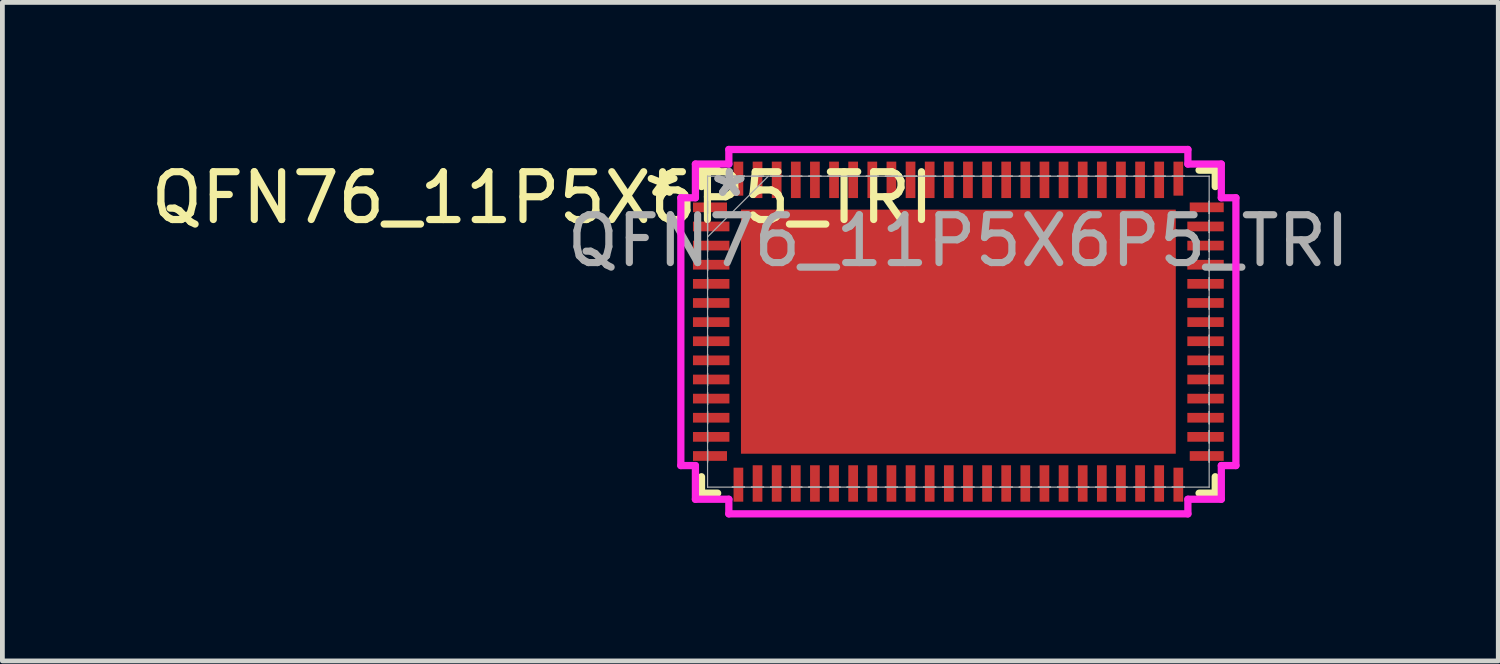
<source format=kicad_pcb>
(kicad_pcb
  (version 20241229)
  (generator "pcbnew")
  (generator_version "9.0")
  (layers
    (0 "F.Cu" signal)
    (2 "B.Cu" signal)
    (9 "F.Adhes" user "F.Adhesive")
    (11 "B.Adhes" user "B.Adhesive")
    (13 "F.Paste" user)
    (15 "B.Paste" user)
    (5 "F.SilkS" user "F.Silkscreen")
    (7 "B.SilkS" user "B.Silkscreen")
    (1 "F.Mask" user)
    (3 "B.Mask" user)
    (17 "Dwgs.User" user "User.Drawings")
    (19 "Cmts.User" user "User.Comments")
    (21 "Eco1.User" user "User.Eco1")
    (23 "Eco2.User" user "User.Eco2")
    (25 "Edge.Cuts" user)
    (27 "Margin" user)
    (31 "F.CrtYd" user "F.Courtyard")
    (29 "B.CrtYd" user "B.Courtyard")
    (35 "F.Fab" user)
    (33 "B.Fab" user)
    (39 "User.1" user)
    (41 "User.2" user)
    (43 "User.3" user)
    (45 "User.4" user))
  (footprint "QFN76_11P5X6P5_TRI"
    (layer "F.Cu")
    (at 16.992 3.886)
    (property "Reference" "QFN76_11P5X6P5_TRI" (at -8.7 -2.8 0) (unlocked yes) (layer "F.SilkS") (effects (font (size 1 1) (thickness 0.15))))
    (attr smd)
    (fp_line (start -5.372 -3.378) (end -5.372 -3.034) (stroke (width 0.152) (type solid)) (layer "F.SilkS"))
    (fp_line (start -5.372 3.034) (end -5.372 3.378) (stroke (width 0.152) (type solid)) (layer "F.SilkS"))
    (fp_line (start -5.372 3.378) (end -5.034 3.378) (stroke (width 0.152) (type solid)) (layer "F.SilkS"))
    (fp_line (start -5.034 -3.378) (end -5.372 -3.378) (stroke (width 0.152) (type solid)) (layer "F.SilkS"))
    (fp_line (start 5.034 3.378) (end 5.372 3.378) (stroke (width 0.152) (type solid)) (layer "F.SilkS"))
    (fp_line (start 5.372 -3.378) (end 5.034 -3.378) (stroke (width 0.152) (type solid)) (layer "F.SilkS"))
    (fp_line (start 5.372 -3.034) (end 5.372 -3.378) (stroke (width 0.152) (type solid)) (layer "F.SilkS"))
    (fp_line (start 5.372 3.378) (end 5.372 3.034) (stroke (width 0.152) (type solid)) (layer "F.SilkS"))
    (fp_poly (pts (xy -4.447 -2.453) (xy -4.447 -1.376) (xy -3.348 -1.376) (xy -3.348 -2.453)) (stroke (width 0) (type solid)) (fill yes) (layer "F.Paste"))
    (fp_poly (pts (xy -4.447 -1.176) (xy -4.447 -0.1) (xy -3.348 -0.1) (xy -3.348 -1.176)) (stroke (width 0) (type solid)) (fill yes) (layer "F.Paste"))
    (fp_poly (pts (xy -4.447 0.1) (xy -4.447 1.176) (xy -3.348 1.176) (xy -3.348 0.1)) (stroke (width 0) (type solid)) (fill yes) (layer "F.Paste"))
    (fp_poly (pts (xy -4.447 1.376) (xy -4.447 2.453) (xy -3.348 2.453) (xy -3.348 1.376)) (stroke (width 0) (type solid)) (fill yes) (layer "F.Paste"))
    (fp_poly (pts (xy -3.148 -2.453) (xy -3.148 -1.376) (xy -2.049 -1.376) (xy -2.049 -2.453)) (stroke (width 0) (type solid)) (fill yes) (layer "F.Paste"))
    (fp_poly (pts (xy -3.148 -1.176) (xy -3.148 -0.1) (xy -2.049 -0.1) (xy -2.049 -1.176)) (stroke (width 0) (type solid)) (fill yes) (layer "F.Paste"))
    (fp_poly (pts (xy -3.148 0.1) (xy -3.148 1.176) (xy -2.049 1.176) (xy -2.049 0.1)) (stroke (width 0) (type solid)) (fill yes) (layer "F.Paste"))
    (fp_poly (pts (xy -3.148 1.376) (xy -3.148 2.453) (xy -2.049 2.453) (xy -2.049 1.376)) (stroke (width 0) (type solid)) (fill yes) (layer "F.Paste"))
    (fp_poly (pts (xy -1.849 -2.453) (xy -1.849 -1.376) (xy -0.75 -1.376) (xy -0.75 -2.453)) (stroke (width 0) (type solid)) (fill yes) (layer "F.Paste"))
    (fp_poly (pts (xy -1.849 -1.176) (xy -1.849 -0.1) (xy -0.75 -0.1) (xy -0.75 -1.176)) (stroke (width 0) (type solid)) (fill yes) (layer "F.Paste"))
    (fp_poly (pts (xy -1.849 0.1) (xy -1.849 1.176) (xy -0.75 1.176) (xy -0.75 0.1)) (stroke (width 0) (type solid)) (fill yes) (layer "F.Paste"))
    (fp_poly (pts (xy -1.849 1.376) (xy -1.849 2.453) (xy -0.75 2.453) (xy -0.75 1.376)) (stroke (width 0) (type solid)) (fill yes) (layer "F.Paste"))
    (fp_poly (pts (xy -0.55 -2.453) (xy -0.55 -1.376) (xy 0.55 -1.376) (xy 0.55 -2.453)) (stroke (width 0) (type solid)) (fill yes) (layer "F.Paste"))
    (fp_poly (pts (xy -0.55 -1.176) (xy -0.55 -0.1) (xy 0.55 -0.1) (xy 0.55 -1.176)) (stroke (width 0) (type solid)) (fill yes) (layer "F.Paste"))
    (fp_poly (pts (xy -0.55 0.1) (xy -0.55 1.176) (xy 0.55 1.176) (xy 0.55 0.1)) (stroke (width 0) (type solid)) (fill yes) (layer "F.Paste"))
    (fp_poly (pts (xy -0.55 1.376) (xy -0.55 2.453) (xy 0.55 2.453) (xy 0.55 1.376)) (stroke (width 0) (type solid)) (fill yes) (layer "F.Paste"))
    (fp_poly (pts (xy 0.75 -2.453) (xy 0.75 -1.376) (xy 1.849 -1.376) (xy 1.849 -2.453)) (stroke (width 0) (type solid)) (fill yes) (layer "F.Paste"))
    (fp_poly (pts (xy 0.75 -1.176) (xy 0.75 -0.1) (xy 1.849 -0.1) (xy 1.849 -1.176)) (stroke (width 0) (type solid)) (fill yes) (layer "F.Paste"))
    (fp_poly (pts (xy 0.75 0.1) (xy 0.75 1.176) (xy 1.849 1.176) (xy 1.849 0.1)) (stroke (width 0) (type solid)) (fill yes) (layer "F.Paste"))
    (fp_poly (pts (xy 0.75 1.376) (xy 0.75 2.453) (xy 1.849 2.453) (xy 1.849 1.376)) (stroke (width 0) (type solid)) (fill yes) (layer "F.Paste"))
    (fp_poly (pts (xy 2.049 -2.453) (xy 2.049 -1.376) (xy 3.148 -1.376) (xy 3.148 -2.453)) (stroke (width 0) (type solid)) (fill yes) (layer "F.Paste"))
    (fp_poly (pts (xy 2.049 -1.176) (xy 2.049 -0.1) (xy 3.148 -0.1) (xy 3.148 -1.176)) (stroke (width 0) (type solid)) (fill yes) (layer "F.Paste"))
    (fp_poly (pts (xy 2.049 0.1) (xy 2.049 1.176) (xy 3.148 1.176) (xy 3.148 0.1)) (stroke (width 0) (type solid)) (fill yes) (layer "F.Paste"))
    (fp_poly (pts (xy 2.049 1.376) (xy 2.049 2.453) (xy 3.148 2.453) (xy 3.148 1.376)) (stroke (width 0) (type solid)) (fill yes) (layer "F.Paste"))
    (fp_poly (pts (xy 3.348 -2.453) (xy 3.348 -1.376) (xy 4.447 -1.376) (xy 4.447 -2.453)) (stroke (width 0) (type solid)) (fill yes) (layer "F.Paste"))
    (fp_poly (pts (xy 3.348 -1.176) (xy 3.348 -0.1) (xy 4.447 -0.1) (xy 4.447 -1.176)) (stroke (width 0) (type solid)) (fill yes) (layer "F.Paste"))
    (fp_poly (pts (xy 3.348 0.1) (xy 3.348 1.176) (xy 4.447 1.176) (xy 4.447 0.1)) (stroke (width 0) (type solid)) (fill yes) (layer "F.Paste"))
    (fp_poly (pts (xy 3.348 1.376) (xy 3.348 2.453) (xy 4.447 2.453) (xy 4.447 1.376)) (stroke (width 0) (type solid)) (fill yes) (layer "F.Paste"))
    (fp_line (start -5.804 -2.8) (end -5.499 -2.8) (stroke (width 0.152) (type solid)) (layer "F.CrtYd"))
    (fp_line (start -5.804 2.8) (end -5.804 -2.8) (stroke (width 0.152) (type solid)) (layer "F.CrtYd"))
    (fp_line (start -5.499 -3.505) (end -4.8 -3.505) (stroke (width 0.152) (type solid)) (layer "F.CrtYd"))
    (fp_line (start -5.499 -2.8) (end -5.499 -3.505) (stroke (width 0.152) (type solid)) (layer "F.CrtYd"))
    (fp_line (start -5.499 2.8) (end -5.804 2.8) (stroke (width 0.152) (type solid)) (layer "F.CrtYd"))
    (fp_line (start -5.499 3.505) (end -5.499 2.8) (stroke (width 0.152) (type solid)) (layer "F.CrtYd"))
    (fp_line (start -4.8 -3.81) (end 4.8 -3.81) (stroke (width 0.152) (type solid)) (layer "F.CrtYd"))
    (fp_line (start -4.8 -3.505) (end -4.8 -3.81) (stroke (width 0.152) (type solid)) (layer "F.CrtYd"))
    (fp_line (start -4.8 3.505) (end -5.499 3.505) (stroke (width 0.152) (type solid)) (layer "F.CrtYd"))
    (fp_line (start -4.8 3.81) (end -4.8 3.505) (stroke (width 0.152) (type solid)) (layer "F.CrtYd"))
    (fp_line (start 4.8 -3.81) (end 4.8 -3.505) (stroke (width 0.152) (type solid)) (layer "F.CrtYd"))
    (fp_line (start 4.8 -3.505) (end 5.499 -3.505) (stroke (width 0.152) (type solid)) (layer "F.CrtYd"))
    (fp_line (start 4.8 3.505) (end 4.8 3.81) (stroke (width 0.152) (type solid)) (layer "F.CrtYd"))
    (fp_line (start 4.8 3.81) (end -4.8 3.81) (stroke (width 0.152) (type solid)) (layer "F.CrtYd"))
    (fp_line (start 5.499 -3.505) (end 5.499 -2.8) (stroke (width 0.152) (type solid)) (layer "F.CrtYd"))
    (fp_line (start 5.499 -2.8) (end 5.804 -2.8) (stroke (width 0.152) (type solid)) (layer "F.CrtYd"))
    (fp_line (start 5.499 2.8) (end 5.499 3.505) (stroke (width 0.152) (type solid)) (layer "F.CrtYd"))
    (fp_line (start 5.499 3.505) (end 4.8 3.505) (stroke (width 0.152) (type solid)) (layer "F.CrtYd"))
    (fp_line (start 5.804 -2.8) (end 5.804 2.8) (stroke (width 0.152) (type solid)) (layer "F.CrtYd"))
    (fp_line (start 5.804 2.8) (end 5.499 2.8) (stroke (width 0.152) (type solid)) (layer "F.CrtYd"))
    (fp_line (start -5.245 -3.251) (end -5.245 -3.251) (stroke (width 0.025) (type solid)) (layer "F.Fab"))
    (fp_line (start -5.245 -3.251) (end -5.245 3.251) (stroke (width 0.025) (type solid)) (layer "F.Fab"))
    (fp_line (start -5.245 -2.727) (end -5.245 -2.727) (stroke (width 0.025) (type solid)) (layer "F.Fab"))
    (fp_line (start -5.245 -2.727) (end -5.245 -2.473) (stroke (width 0.025) (type solid)) (layer "F.Fab"))
    (fp_line (start -5.245 -2.473) (end -5.245 -2.727) (stroke (width 0.025) (type solid)) (layer "F.Fab"))
    (fp_line (start -5.245 -2.473) (end -5.245 -2.473) (stroke (width 0.025) (type solid)) (layer "F.Fab"))
    (fp_line (start -5.245 -2.327) (end -5.245 -2.327) (stroke (width 0.025) (type solid)) (layer "F.Fab"))
    (fp_line (start -5.245 -2.327) (end -5.245 -2.073) (stroke (width 0.025) (type solid)) (layer "F.Fab"))
    (fp_line (start -5.245 -2.073) (end -5.245 -2.327) (stroke (width 0.025) (type solid)) (layer "F.Fab"))
    (fp_line (start -5.245 -2.073) (end -5.245 -2.073) (stroke (width 0.025) (type solid)) (layer "F.Fab"))
    (fp_line (start -5.245 -1.981) (end -3.975 -3.251) (stroke (width 0.025) (type solid)) (layer "F.Fab"))
    (fp_line (start -5.245 -1.927) (end -5.245 -1.927) (stroke (width 0.025) (type solid)) (layer "F.Fab"))
    (fp_line (start -5.245 -1.927) (end -5.245 -1.673) (stroke (width 0.025) (type solid)) (layer "F.Fab"))
    (fp_line (start -5.245 -1.673) (end -5.245 -1.927) (stroke (width 0.025) (type solid)) (layer "F.Fab"))
    (fp_line (start -5.245 -1.673) (end -5.245 -1.673) (stroke (width 0.025) (type solid)) (layer "F.Fab"))
    (fp_line (start -5.245 -1.527) (end -5.245 -1.527) (stroke (width 0.025) (type solid)) (layer "F.Fab"))
    (fp_line (start -5.245 -1.527) (end -5.245 -1.273) (stroke (width 0.025) (type solid)) (layer "F.Fab"))
    (fp_line (start -5.245 -1.273) (end -5.245 -1.527) (stroke (width 0.025) (type solid)) (layer "F.Fab"))
    (fp_line (start -5.245 -1.273) (end -5.245 -1.273) (stroke (width 0.025) (type solid)) (layer "F.Fab"))
    (fp_line (start -5.245 -1.127) (end -5.245 -1.127) (stroke (width 0.025) (type solid)) (layer "F.Fab"))
    (fp_line (start -5.245 -1.127) (end -5.245 -0.873) (stroke (width 0.025) (type solid)) (layer "F.Fab"))
    (fp_line (start -5.245 -0.873) (end -5.245 -1.127) (stroke (width 0.025) (type solid)) (layer "F.Fab"))
    (fp_line (start -5.245 -0.873) (end -5.245 -0.873) (stroke (width 0.025) (type solid)) (layer "F.Fab"))
    (fp_line (start -5.245 -0.727) (end -5.245 -0.727) (stroke (width 0.025) (type solid)) (layer "F.Fab"))
    (fp_line (start -5.245 -0.727) (end -5.245 -0.473) (stroke (width 0.025) (type solid)) (layer "F.Fab"))
    (fp_line (start -5.245 -0.473) (end -5.245 -0.727) (stroke (width 0.025) (type solid)) (layer "F.Fab"))
    (fp_line (start -5.245 -0.473) (end -5.245 -0.473) (stroke (width 0.025) (type solid)) (layer "F.Fab"))
    (fp_line (start -5.245 -0.327) (end -5.245 -0.327) (stroke (width 0.025) (type solid)) (layer "F.Fab"))
    (fp_line (start -5.245 -0.327) (end -5.245 -0.073) (stroke (width 0.025) (type solid)) (layer "F.Fab"))
    (fp_line (start -5.245 -0.073) (end -5.245 -0.327) (stroke (width 0.025) (type solid)) (layer "F.Fab"))
    (fp_line (start -5.245 -0.073) (end -5.245 -0.073) (stroke (width 0.025) (type solid)) (layer "F.Fab"))
    (fp_line (start -5.245 0.073) (end -5.245 0.073) (stroke (width 0.025) (type solid)) (layer "F.Fab"))
    (fp_line (start -5.245 0.073) (end -5.245 0.327) (stroke (width 0.025) (type solid)) (layer "F.Fab"))
    (fp_line (start -5.245 0.327) (end -5.245 0.073) (stroke (width 0.025) (type solid)) (layer "F.Fab"))
    (fp_line (start -5.245 0.327) (end -5.245 0.327) (stroke (width 0.025) (type solid)) (layer "F.Fab"))
    (fp_line (start -5.245 0.473) (end -5.245 0.473) (stroke (width 0.025) (type solid)) (layer "F.Fab"))
    (fp_line (start -5.245 0.473) (end -5.245 0.727) (stroke (width 0.025) (type solid)) (layer "F.Fab"))
    (fp_line (start -5.245 0.727) (end -5.245 0.473) (stroke (width 0.025) (type solid)) (layer "F.Fab"))
    (fp_line (start -5.245 0.727) (end -5.245 0.727) (stroke (width 0.025) (type solid)) (layer "F.Fab"))
    (fp_line (start -5.245 0.873) (end -5.245 0.873) (stroke (width 0.025) (type solid)) (layer "F.Fab"))
    (fp_line (start -5.245 0.873) (end -5.245 1.127) (stroke (width 0.025) (type solid)) (layer "F.Fab"))
    (fp_line (start -5.245 1.127) (end -5.245 0.873) (stroke (width 0.025) (type solid)) (layer "F.Fab"))
    (fp_line (start -5.245 1.127) (end -5.245 1.127) (stroke (width 0.025) (type solid)) (layer "F.Fab"))
    (fp_line (start -5.245 1.273) (end -5.245 1.273) (stroke (width 0.025) (type solid)) (layer "F.Fab"))
    (fp_line (start -5.245 1.273) (end -5.245 1.527) (stroke (width 0.025) (type solid)) (layer "F.Fab"))
    (fp_line (start -5.245 1.527) (end -5.245 1.273) (stroke (width 0.025) (type solid)) (layer "F.Fab"))
    (fp_line (start -5.245 1.527) (end -5.245 1.527) (stroke (width 0.025) (type solid)) (layer "F.Fab"))
    (fp_line (start -5.245 1.673) (end -5.245 1.673) (stroke (width 0.025) (type solid)) (layer "F.Fab"))
    (fp_line (start -5.245 1.673) (end -5.245 1.927) (stroke (width 0.025) (type solid)) (layer "F.Fab"))
    (fp_line (start -5.245 1.927) (end -5.245 1.673) (stroke (width 0.025) (type solid)) (layer "F.Fab"))
    (fp_line (start -5.245 1.927) (end -5.245 1.927) (stroke (width 0.025) (type solid)) (layer "F.Fab"))
    (fp_line (start -5.245 2.073) (end -5.245 2.073) (stroke (width 0.025) (type solid)) (layer "F.Fab"))
    (fp_line (start -5.245 2.073) (end -5.245 2.327) (stroke (width 0.025) (type solid)) (layer "F.Fab"))
    (fp_line (start -5.245 2.327) (end -5.245 2.073) (stroke (width 0.025) (type solid)) (layer "F.Fab"))
    (fp_line (start -5.245 2.327) (end -5.245 2.327) (stroke (width 0.025) (type solid)) (layer "F.Fab"))
    (fp_line (start -5.245 2.473) (end -5.245 2.473) (stroke (width 0.025) (type solid)) (layer "F.Fab"))
    (fp_line (start -5.245 2.473) (end -5.245 2.727) (stroke (width 0.025) (type solid)) (layer "F.Fab"))
    (fp_line (start -5.245 2.727) (end -5.245 2.473) (stroke (width 0.025) (type solid)) (layer "F.Fab"))
    (fp_line (start -5.245 2.727) (end -5.245 2.727) (stroke (width 0.025) (type solid)) (layer "F.Fab"))
    (fp_line (start -5.245 3.251) (end -5.245 3.251) (stroke (width 0.025) (type solid)) (layer "F.Fab"))
    (fp_line (start -5.245 3.251) (end 5.245 3.251) (stroke (width 0.025) (type solid)) (layer "F.Fab"))
    (fp_line (start -4.727 -3.251) (end -4.727 -3.251) (stroke (width 0.025) (type solid)) (layer "F.Fab"))
    (fp_line (start -4.727 -3.251) (end -4.473 -3.251) (stroke (width 0.025) (type solid)) (layer "F.Fab"))
    (fp_line (start -4.727 3.251) (end -4.727 3.251) (stroke (width 0.025) (type solid)) (layer "F.Fab"))
    (fp_line (start -4.727 3.251) (end -4.473 3.251) (stroke (width 0.025) (type solid)) (layer "F.Fab"))
    (fp_line (start -4.473 -3.251) (end -4.727 -3.251) (stroke (width 0.025) (type solid)) (layer "F.Fab"))
    (fp_line (start -4.473 -3.251) (end -4.473 -3.251) (stroke (width 0.025) (type solid)) (layer "F.Fab"))
    (fp_line (start -4.473 3.251) (end -4.727 3.251) (stroke (width 0.025) (type solid)) (layer "F.Fab"))
    (fp_line (start -4.473 3.251) (end -4.473 3.251) (stroke (width 0.025) (type solid)) (layer "F.Fab"))
    (fp_line (start -4.327 -3.251) (end -4.327 -3.251) (stroke (width 0.025) (type solid)) (layer "F.Fab"))
    (fp_line (start -4.327 -3.251) (end -4.073 -3.251) (stroke (width 0.025) (type solid)) (layer "F.Fab"))
    (fp_line (start -4.327 3.251) (end -4.327 3.251) (stroke (width 0.025) (type solid)) (layer "F.Fab"))
    (fp_line (start -4.327 3.251) (end -4.073 3.251) (stroke (width 0.025) (type solid)) (layer "F.Fab"))
    (fp_line (start -4.073 -3.251) (end -4.327 -3.251) (stroke (width 0.025) (type solid)) (layer "F.Fab"))
    (fp_line (start -4.073 -3.251) (end -4.073 -3.251) (stroke (width 0.025) (type solid)) (layer "F.Fab"))
    (fp_line (start -4.073 3.251) (end -4.327 3.251) (stroke (width 0.025) (type solid)) (layer "F.Fab"))
    (fp_line (start -4.073 3.251) (end -4.073 3.251) (stroke (width 0.025) (type solid)) (layer "F.Fab"))
    (fp_line (start -3.927 -3.251) (end -3.927 -3.251) (stroke (width 0.025) (type solid)) (layer "F.Fab"))
    (fp_line (start -3.927 -3.251) (end -3.673 -3.251) (stroke (width 0.025) (type solid)) (layer "F.Fab"))
    (fp_line (start -3.927 3.251) (end -3.927 3.251) (stroke (width 0.025) (type solid)) (layer "F.Fab"))
    (fp_line (start -3.927 3.251) (end -3.673 3.251) (stroke (width 0.025) (type solid)) (layer "F.Fab"))
    (fp_line (start -3.673 -3.251) (end -3.927 -3.251) (stroke (width 0.025) (type solid)) (layer "F.Fab"))
    (fp_line (start -3.673 -3.251) (end -3.673 -3.251) (stroke (width 0.025) (type solid)) (layer "F.Fab"))
    (fp_line (start -3.673 3.251) (end -3.927 3.251) (stroke (width 0.025) (type solid)) (layer "F.Fab"))
    (fp_line (start -3.673 3.251) (end -3.673 3.251) (stroke (width 0.025) (type solid)) (layer "F.Fab"))
    (fp_line (start -3.527 -3.251) (end -3.527 -3.251) (stroke (width 0.025) (type solid)) (layer "F.Fab"))
    (fp_line (start -3.527 -3.251) (end -3.273 -3.251) (stroke (width 0.025) (type solid)) (layer "F.Fab"))
    (fp_line (start -3.527 3.251) (end -3.527 3.251) (stroke (width 0.025) (type solid)) (layer "F.Fab"))
    (fp_line (start -3.527 3.251) (end -3.273 3.251) (stroke (width 0.025) (type solid)) (layer "F.Fab"))
    (fp_line (start -3.273 -3.251) (end -3.527 -3.251) (stroke (width 0.025) (type solid)) (layer "F.Fab"))
    (fp_line (start -3.273 -3.251) (end -3.273 -3.251) (stroke (width 0.025) (type solid)) (layer "F.Fab"))
    (fp_line (start -3.273 3.251) (end -3.527 3.251) (stroke (width 0.025) (type solid)) (layer "F.Fab"))
    (fp_line (start -3.273 3.251) (end -3.273 3.251) (stroke (width 0.025) (type solid)) (layer "F.Fab"))
    (fp_line (start -3.127 -3.251) (end -3.127 -3.251) (stroke (width 0.025) (type solid)) (layer "F.Fab"))
    (fp_line (start -3.127 -3.251) (end -2.873 -3.251) (stroke (width 0.025) (type solid)) (layer "F.Fab"))
    (fp_line (start -3.127 3.251) (end -3.127 3.251) (stroke (width 0.025) (type solid)) (layer "F.Fab"))
    (fp_line (start -3.127 3.251) (end -2.873 3.251) (stroke (width 0.025) (type solid)) (layer "F.Fab"))
    (fp_line (start -2.873 -3.251) (end -3.127 -3.251) (stroke (width 0.025) (type solid)) (layer "F.Fab"))
    (fp_line (start -2.873 -3.251) (end -2.873 -3.251) (stroke (width 0.025) (type solid)) (layer "F.Fab"))
    (fp_line (start -2.873 3.251) (end -3.127 3.251) (stroke (width 0.025) (type solid)) (layer "F.Fab"))
    (fp_line (start -2.873 3.251) (end -2.873 3.251) (stroke (width 0.025) (type solid)) (layer "F.Fab"))
    (fp_line (start -2.727 -3.251) (end -2.727 -3.251) (stroke (width 0.025) (type solid)) (layer "F.Fab"))
    (fp_line (start -2.727 -3.251) (end -2.473 -3.251) (stroke (width 0.025) (type solid)) (layer "F.Fab"))
    (fp_line (start -2.727 3.251) (end -2.727 3.251) (stroke (width 0.025) (type solid)) (layer "F.Fab"))
    (fp_line (start -2.727 3.251) (end -2.473 3.251) (stroke (width 0.025) (type solid)) (layer "F.Fab"))
    (fp_line (start -2.473 -3.251) (end -2.727 -3.251) (stroke (width 0.025) (type solid)) (layer "F.Fab"))
    (fp_line (start -2.473 -3.251) (end -2.473 -3.251) (stroke (width 0.025) (type solid)) (layer "F.Fab"))
    (fp_line (start -2.473 3.251) (end -2.727 3.251) (stroke (width 0.025) (type solid)) (layer "F.Fab"))
    (fp_line (start -2.473 3.251) (end -2.473 3.251) (stroke (width 0.025) (type solid)) (layer "F.Fab"))
    (fp_line (start -2.327 -3.251) (end -2.327 -3.251) (stroke (width 0.025) (type solid)) (layer "F.Fab"))
    (fp_line (start -2.327 -3.251) (end -2.073 -3.251) (stroke (width 0.025) (type solid)) (layer "F.Fab"))
    (fp_line (start -2.327 3.251) (end -2.327 3.251) (stroke (width 0.025) (type solid)) (layer "F.Fab"))
    (fp_line (start -2.327 3.251) (end -2.073 3.251) (stroke (width 0.025) (type solid)) (layer "F.Fab"))
    (fp_line (start -2.073 -3.251) (end -2.327 -3.251) (stroke (width 0.025) (type solid)) (layer "F.Fab"))
    (fp_line (start -2.073 -3.251) (end -2.073 -3.251) (stroke (width 0.025) (type solid)) (layer "F.Fab"))
    (fp_line (start -2.073 3.251) (end -2.327 3.251) (stroke (width 0.025) (type solid)) (layer "F.Fab"))
    (fp_line (start -2.073 3.251) (end -2.073 3.251) (stroke (width 0.025) (type solid)) (layer "F.Fab"))
    (fp_line (start -1.927 -3.251) (end -1.927 -3.251) (stroke (width 0.025) (type solid)) (layer "F.Fab"))
    (fp_line (start -1.927 -3.251) (end -1.673 -3.251) (stroke (width 0.025) (type solid)) (layer "F.Fab"))
    (fp_line (start -1.927 3.251) (end -1.927 3.251) (stroke (width 0.025) (type solid)) (layer "F.Fab"))
    (fp_line (start -1.927 3.251) (end -1.673 3.251) (stroke (width 0.025) (type solid)) (layer "F.Fab"))
    (fp_line (start -1.673 -3.251) (end -1.927 -3.251) (stroke (width 0.025) (type solid)) (layer "F.Fab"))
    (fp_line (start -1.673 -3.251) (end -1.673 -3.251) (stroke (width 0.025) (type solid)) (layer "F.Fab"))
    (fp_line (start -1.673 3.251) (end -1.927 3.251) (stroke (width 0.025) (type solid)) (layer "F.Fab"))
    (fp_line (start -1.673 3.251) (end -1.673 3.251) (stroke (width 0.025) (type solid)) (layer "F.Fab"))
    (fp_line (start -1.527 -3.251) (end -1.527 -3.251) (stroke (width 0.025) (type solid)) (layer "F.Fab"))
    (fp_line (start -1.527 -3.251) (end -1.273 -3.251) (stroke (width 0.025) (type solid)) (layer "F.Fab"))
    (fp_line (start -1.527 3.251) (end -1.527 3.251) (stroke (width 0.025) (type solid)) (layer "F.Fab"))
    (fp_line (start -1.527 3.251) (end -1.273 3.251) (stroke (width 0.025) (type solid)) (layer "F.Fab"))
    (fp_line (start -1.273 -3.251) (end -1.527 -3.251) (stroke (width 0.025) (type solid)) (layer "F.Fab"))
    (fp_line (start -1.273 -3.251) (end -1.273 -3.251) (stroke (width 0.025) (type solid)) (layer "F.Fab"))
    (fp_line (start -1.273 3.251) (end -1.527 3.251) (stroke (width 0.025) (type solid)) (layer "F.Fab"))
    (fp_line (start -1.273 3.251) (end -1.273 3.251) (stroke (width 0.025) (type solid)) (layer "F.Fab"))
    (fp_line (start -1.127 -3.251) (end -1.127 -3.251) (stroke (width 0.025) (type solid)) (layer "F.Fab"))
    (fp_line (start -1.127 -3.251) (end -0.873 -3.251) (stroke (width 0.025) (type solid)) (layer "F.Fab"))
    (fp_line (start -1.127 3.251) (end -1.127 3.251) (stroke (width 0.025) (type solid)) (layer "F.Fab"))
    (fp_line (start -1.127 3.251) (end -0.873 3.251) (stroke (width 0.025) (type solid)) (layer "F.Fab"))
    (fp_line (start -0.873 -3.251) (end -1.127 -3.251) (stroke (width 0.025) (type solid)) (layer "F.Fab"))
    (fp_line (start -0.873 -3.251) (end -0.873 -3.251) (stroke (width 0.025) (type solid)) (layer "F.Fab"))
    (fp_line (start -0.873 3.251) (end -1.127 3.251) (stroke (width 0.025) (type solid)) (layer "F.Fab"))
    (fp_line (start -0.873 3.251) (end -0.873 3.251) (stroke (width 0.025) (type solid)) (layer "F.Fab"))
    (fp_line (start -0.727 -3.251) (end -0.727 -3.251) (stroke (width 0.025) (type solid)) (layer "F.Fab"))
    (fp_line (start -0.727 -3.251) (end -0.473 -3.251) (stroke (width 0.025) (type solid)) (layer "F.Fab"))
    (fp_line (start -0.727 3.251) (end -0.727 3.251) (stroke (width 0.025) (type solid)) (layer "F.Fab"))
    (fp_line (start -0.727 3.251) (end -0.473 3.251) (stroke (width 0.025) (type solid)) (layer "F.Fab"))
    (fp_line (start -0.473 -3.251) (end -0.727 -3.251) (stroke (width 0.025) (type solid)) (layer "F.Fab"))
    (fp_line (start -0.473 -3.251) (end -0.473 -3.251) (stroke (width 0.025) (type solid)) (layer "F.Fab"))
    (fp_line (start -0.473 3.251) (end -0.727 3.251) (stroke (width 0.025) (type solid)) (layer "F.Fab"))
    (fp_line (start -0.473 3.251) (end -0.473 3.251) (stroke (width 0.025) (type solid)) (layer "F.Fab"))
    (fp_line (start -0.327 -3.251) (end -0.327 -3.251) (stroke (width 0.025) (type solid)) (layer "F.Fab"))
    (fp_line (start -0.327 -3.251) (end -0.073 -3.251) (stroke (width 0.025) (type solid)) (layer "F.Fab"))
    (fp_line (start -0.327 3.251) (end -0.327 3.251) (stroke (width 0.025) (type solid)) (layer "F.Fab"))
    (fp_line (start -0.327 3.251) (end -0.073 3.251) (stroke (width 0.025) (type solid)) (layer "F.Fab"))
    (fp_line (start -0.073 -3.251) (end -0.327 -3.251) (stroke (width 0.025) (type solid)) (layer "F.Fab"))
    (fp_line (start -0.073 -3.251) (end -0.073 -3.251) (stroke (width 0.025) (type solid)) (layer "F.Fab"))
    (fp_line (start -0.073 3.251) (end -0.327 3.251) (stroke (width 0.025) (type solid)) (layer "F.Fab"))
    (fp_line (start -0.073 3.251) (end -0.073 3.251) (stroke (width 0.025) (type solid)) (layer "F.Fab"))
    (fp_line (start 0.073 -3.251) (end 0.073 -3.251) (stroke (width 0.025) (type solid)) (layer "F.Fab"))
    (fp_line (start 0.073 -3.251) (end 0.327 -3.251) (stroke (width 0.025) (type solid)) (layer "F.Fab"))
    (fp_line (start 0.073 3.251) (end 0.073 3.251) (stroke (width 0.025) (type solid)) (layer "F.Fab"))
    (fp_line (start 0.073 3.251) (end 0.327 3.251) (stroke (width 0.025) (type solid)) (layer "F.Fab"))
    (fp_line (start 0.327 -3.251) (end 0.073 -3.251) (stroke (width 0.025) (type solid)) (layer "F.Fab"))
    (fp_line (start 0.327 -3.251) (end 0.327 -3.251) (stroke (width 0.025) (type solid)) (layer "F.Fab"))
    (fp_line (start 0.327 3.251) (end 0.073 3.251) (stroke (width 0.025) (type solid)) (layer "F.Fab"))
    (fp_line (start 0.327 3.251) (end 0.327 3.251) (stroke (width 0.025) (type solid)) (layer "F.Fab"))
    (fp_line (start 0.473 -3.251) (end 0.473 -3.251) (stroke (width 0.025) (type solid)) (layer "F.Fab"))
    (fp_line (start 0.473 -3.251) (end 0.727 -3.251) (stroke (width 0.025) (type solid)) (layer "F.Fab"))
    (fp_line (start 0.473 3.251) (end 0.473 3.251) (stroke (width 0.025) (type solid)) (layer "F.Fab"))
    (fp_line (start 0.473 3.251) (end 0.727 3.251) (stroke (width 0.025) (type solid)) (layer "F.Fab"))
    (fp_line (start 0.727 -3.251) (end 0.473 -3.251) (stroke (width 0.025) (type solid)) (layer "F.Fab"))
    (fp_line (start 0.727 -3.251) (end 0.727 -3.251) (stroke (width 0.025) (type solid)) (layer "F.Fab"))
    (fp_line (start 0.727 3.251) (end 0.473 3.251) (stroke (width 0.025) (type solid)) (layer "F.Fab"))
    (fp_line (start 0.727 3.251) (end 0.727 3.251) (stroke (width 0.025) (type solid)) (layer "F.Fab"))
    (fp_line (start 0.873 -3.251) (end 0.873 -3.251) (stroke (width 0.025) (type solid)) (layer "F.Fab"))
    (fp_line (start 0.873 -3.251) (end 1.127 -3.251) (stroke (width 0.025) (type solid)) (layer "F.Fab"))
    (fp_line (start 0.873 3.251) (end 0.873 3.251) (stroke (width 0.025) (type solid)) (layer "F.Fab"))
    (fp_line (start 0.873 3.251) (end 1.127 3.251) (stroke (width 0.025) (type solid)) (layer "F.Fab"))
    (fp_line (start 1.127 -3.251) (end 0.873 -3.251) (stroke (width 0.025) (type solid)) (layer "F.Fab"))
    (fp_line (start 1.127 -3.251) (end 1.127 -3.251) (stroke (width 0.025) (type solid)) (layer "F.Fab"))
    (fp_line (start 1.127 3.251) (end 0.873 3.251) (stroke (width 0.025) (type solid)) (layer "F.Fab"))
    (fp_line (start 1.127 3.251) (end 1.127 3.251) (stroke (width 0.025) (type solid)) (layer "F.Fab"))
    (fp_line (start 1.273 -3.251) (end 1.273 -3.251) (stroke (width 0.025) (type solid)) (layer "F.Fab"))
    (fp_line (start 1.273 -3.251) (end 1.527 -3.251) (stroke (width 0.025) (type solid)) (layer "F.Fab"))
    (fp_line (start 1.273 3.251) (end 1.273 3.251) (stroke (width 0.025) (type solid)) (layer "F.Fab"))
    (fp_line (start 1.273 3.251) (end 1.527 3.251) (stroke (width 0.025) (type solid)) (layer "F.Fab"))
    (fp_line (start 1.527 -3.251) (end 1.273 -3.251) (stroke (width 0.025) (type solid)) (layer "F.Fab"))
    (fp_line (start 1.527 -3.251) (end 1.527 -3.251) (stroke (width 0.025) (type solid)) (layer "F.Fab"))
    (fp_line (start 1.527 3.251) (end 1.273 3.251) (stroke (width 0.025) (type solid)) (layer "F.Fab"))
    (fp_line (start 1.527 3.251) (end 1.527 3.251) (stroke (width 0.025) (type solid)) (layer "F.Fab"))
    (fp_line (start 1.673 -3.251) (end 1.673 -3.251) (stroke (width 0.025) (type solid)) (layer "F.Fab"))
    (fp_line (start 1.673 -3.251) (end 1.927 -3.251) (stroke (width 0.025) (type solid)) (layer "F.Fab"))
    (fp_line (start 1.673 3.251) (end 1.673 3.251) (stroke (width 0.025) (type solid)) (layer "F.Fab"))
    (fp_line (start 1.673 3.251) (end 1.927 3.251) (stroke (width 0.025) (type solid)) (layer "F.Fab"))
    (fp_line (start 1.927 -3.251) (end 1.673 -3.251) (stroke (width 0.025) (type solid)) (layer "F.Fab"))
    (fp_line (start 1.927 -3.251) (end 1.927 -3.251) (stroke (width 0.025) (type solid)) (layer "F.Fab"))
    (fp_line (start 1.927 3.251) (end 1.673 3.251) (stroke (width 0.025) (type solid)) (layer "F.Fab"))
    (fp_line (start 1.927 3.251) (end 1.927 3.251) (stroke (width 0.025) (type solid)) (layer "F.Fab"))
    (fp_line (start 2.073 -3.251) (end 2.073 -3.251) (stroke (width 0.025) (type solid)) (layer "F.Fab"))
    (fp_line (start 2.073 -3.251) (end 2.327 -3.251) (stroke (width 0.025) (type solid)) (layer "F.Fab"))
    (fp_line (start 2.073 3.251) (end 2.073 3.251) (stroke (width 0.025) (type solid)) (layer "F.Fab"))
    (fp_line (start 2.073 3.251) (end 2.327 3.251) (stroke (width 0.025) (type solid)) (layer "F.Fab"))
    (fp_line (start 2.327 -3.251) (end 2.073 -3.251) (stroke (width 0.025) (type solid)) (layer "F.Fab"))
    (fp_line (start 2.327 -3.251) (end 2.327 -3.251) (stroke (width 0.025) (type solid)) (layer "F.Fab"))
    (fp_line (start 2.327 3.251) (end 2.073 3.251) (stroke (width 0.025) (type solid)) (layer "F.Fab"))
    (fp_line (start 2.327 3.251) (end 2.327 3.251) (stroke (width 0.025) (type solid)) (layer "F.Fab"))
    (fp_line (start 2.473 -3.251) (end 2.473 -3.251) (stroke (width 0.025) (type solid)) (layer "F.Fab"))
    (fp_line (start 2.473 -3.251) (end 2.727 -3.251) (stroke (width 0.025) (type solid)) (layer "F.Fab"))
    (fp_line (start 2.473 3.251) (end 2.473 3.251) (stroke (width 0.025) (type solid)) (layer "F.Fab"))
    (fp_line (start 2.473 3.251) (end 2.727 3.251) (stroke (width 0.025) (type solid)) (layer "F.Fab"))
    (fp_line (start 2.727 -3.251) (end 2.473 -3.251) (stroke (width 0.025) (type solid)) (layer "F.Fab"))
    (fp_line (start 2.727 -3.251) (end 2.727 -3.251) (stroke (width 0.025) (type solid)) (layer "F.Fab"))
    (fp_line (start 2.727 3.251) (end 2.473 3.251) (stroke (width 0.025) (type solid)) (layer "F.Fab"))
    (fp_line (start 2.727 3.251) (end 2.727 3.251) (stroke (width 0.025) (type solid)) (layer "F.Fab"))
    (fp_line (start 2.873 -3.251) (end 2.873 -3.251) (stroke (width 0.025) (type solid)) (layer "F.Fab"))
    (fp_line (start 2.873 -3.251) (end 3.127 -3.251) (stroke (width 0.025) (type solid)) (layer "F.Fab"))
    (fp_line (start 2.873 3.251) (end 2.873 3.251) (stroke (width 0.025) (type solid)) (layer "F.Fab"))
    (fp_line (start 2.873 3.251) (end 3.127 3.251) (stroke (width 0.025) (type solid)) (layer "F.Fab"))
    (fp_line (start 3.127 -3.251) (end 2.873 -3.251) (stroke (width 0.025) (type solid)) (layer "F.Fab"))
    (fp_line (start 3.127 -3.251) (end 3.127 -3.251) (stroke (width 0.025) (type solid)) (layer "F.Fab"))
    (fp_line (start 3.127 3.251) (end 2.873 3.251) (stroke (width 0.025) (type solid)) (layer "F.Fab"))
    (fp_line (start 3.127 3.251) (end 3.127 3.251) (stroke (width 0.025) (type solid)) (layer "F.Fab"))
    (fp_line (start 3.273 -3.251) (end 3.273 -3.251) (stroke (width 0.025) (type solid)) (layer "F.Fab"))
    (fp_line (start 3.273 -3.251) (end 3.527 -3.251) (stroke (width 0.025) (type solid)) (layer "F.Fab"))
    (fp_line (start 3.273 3.251) (end 3.273 3.251) (stroke (width 0.025) (type solid)) (layer "F.Fab"))
    (fp_line (start 3.273 3.251) (end 3.527 3.251) (stroke (width 0.025) (type solid)) (layer "F.Fab"))
    (fp_line (start 3.527 -3.251) (end 3.273 -3.251) (stroke (width 0.025) (type solid)) (layer "F.Fab"))
    (fp_line (start 3.527 -3.251) (end 3.527 -3.251) (stroke (width 0.025) (type solid)) (layer "F.Fab"))
    (fp_line (start 3.527 3.251) (end 3.273 3.251) (stroke (width 0.025) (type solid)) (layer "F.Fab"))
    (fp_line (start 3.527 3.251) (end 3.527 3.251) (stroke (width 0.025) (type solid)) (layer "F.Fab"))
    (fp_line (start 3.673 -3.251) (end 3.673 -3.251) (stroke (width 0.025) (type solid)) (layer "F.Fab"))
    (fp_line (start 3.673 -3.251) (end 3.927 -3.251) (stroke (width 0.025) (type solid)) (layer "F.Fab"))
    (fp_line (start 3.673 3.251) (end 3.673 3.251) (stroke (width 0.025) (type solid)) (layer "F.Fab"))
    (fp_line (start 3.673 3.251) (end 3.927 3.251) (stroke (width 0.025) (type solid)) (layer "F.Fab"))
    (fp_line (start 3.927 -3.251) (end 3.673 -3.251) (stroke (width 0.025) (type solid)) (layer "F.Fab"))
    (fp_line (start 3.927 -3.251) (end 3.927 -3.251) (stroke (width 0.025) (type solid)) (layer "F.Fab"))
    (fp_line (start 3.927 3.251) (end 3.673 3.251) (stroke (width 0.025) (type solid)) (layer "F.Fab"))
    (fp_line (start 3.927 3.251) (end 3.927 3.251) (stroke (width 0.025) (type solid)) (layer "F.Fab"))
    (fp_line (start 4.073 -3.251) (end 4.073 -3.251) (stroke (width 0.025) (type solid)) (layer "F.Fab"))
    (fp_line (start 4.073 -3.251) (end 4.327 -3.251) (stroke (width 0.025) (type solid)) (layer "F.Fab"))
    (fp_line (start 4.073 3.251) (end 4.073 3.251) (stroke (width 0.025) (type solid)) (layer "F.Fab"))
    (fp_line (start 4.073 3.251) (end 4.327 3.251) (stroke (width 0.025) (type solid)) (layer "F.Fab"))
    (fp_line (start 4.327 -3.251) (end 4.073 -3.251) (stroke (width 0.025) (type solid)) (layer "F.Fab"))
    (fp_line (start 4.327 -3.251) (end 4.327 -3.251) (stroke (width 0.025) (type solid)) (layer "F.Fab"))
    (fp_line (start 4.327 3.251) (end 4.073 3.251) (stroke (width 0.025) (type solid)) (layer "F.Fab"))
    (fp_line (start 4.327 3.251) (end 4.327 3.251) (stroke (width 0.025) (type solid)) (layer "F.Fab"))
    (fp_line (start 4.473 -3.251) (end 4.473 -3.251) (stroke (width 0.025) (type solid)) (layer "F.Fab"))
    (fp_line (start 4.473 -3.251) (end 4.727 -3.251) (stroke (width 0.025) (type solid)) (layer "F.Fab"))
    (fp_line (start 4.473 3.251) (end 4.473 3.251) (stroke (width 0.025) (type solid)) (layer "F.Fab"))
    (fp_line (start 4.473 3.251) (end 4.727 3.251) (stroke (width 0.025) (type solid)) (layer "F.Fab"))
    (fp_line (start 4.727 -3.251) (end 4.473 -3.251) (stroke (width 0.025) (type solid)) (layer "F.Fab"))
    (fp_line (start 4.727 -3.251) (end 4.727 -3.251) (stroke (width 0.025) (type solid)) (layer "F.Fab"))
    (fp_line (start 4.727 3.251) (end 4.473 3.251) (stroke (width 0.025) (type solid)) (layer "F.Fab"))
    (fp_line (start 4.727 3.251) (end 4.727 3.251) (stroke (width 0.025) (type solid)) (layer "F.Fab"))
    (fp_line (start 5.245 -3.251) (end -5.245 -3.251) (stroke (width 0.025) (type solid)) (layer "F.Fab"))
    (fp_line (start 5.245 -3.251) (end 5.245 -3.251) (stroke (width 0.025) (type solid)) (layer "F.Fab"))
    (fp_line (start 5.245 -2.727) (end 5.245 -2.727) (stroke (width 0.025) (type solid)) (layer "F.Fab"))
    (fp_line (start 5.245 -2.727) (end 5.245 -2.473) (stroke (width 0.025) (type solid)) (layer "F.Fab"))
    (fp_line (start 5.245 -2.473) (end 5.245 -2.727) (stroke (width 0.025) (type solid)) (layer "F.Fab"))
    (fp_line (start 5.245 -2.473) (end 5.245 -2.473) (stroke (width 0.025) (type solid)) (layer "F.Fab"))
    (fp_line (start 5.245 -2.327) (end 5.245 -2.327) (stroke (width 0.025) (type solid)) (layer "F.Fab"))
    (fp_line (start 5.245 -2.327) (end 5.245 -2.073) (stroke (width 0.025) (type solid)) (layer "F.Fab"))
    (fp_line (start 5.245 -2.073) (end 5.245 -2.327) (stroke (width 0.025) (type solid)) (layer "F.Fab"))
    (fp_line (start 5.245 -2.073) (end 5.245 -2.073) (stroke (width 0.025) (type solid)) (layer "F.Fab"))
    (fp_line (start 5.245 -1.927) (end 5.245 -1.927) (stroke (width 0.025) (type solid)) (layer "F.Fab"))
    (fp_line (start 5.245 -1.927) (end 5.245 -1.673) (stroke (width 0.025) (type solid)) (layer "F.Fab"))
    (fp_line (start 5.245 -1.673) (end 5.245 -1.927) (stroke (width 0.025) (type solid)) (layer "F.Fab"))
    (fp_line (start 5.245 -1.673) (end 5.245 -1.673) (stroke (width 0.025) (type solid)) (layer "F.Fab"))
    (fp_line (start 5.245 -1.527) (end 5.245 -1.527) (stroke (width 0.025) (type solid)) (layer "F.Fab"))
    (fp_line (start 5.245 -1.527) (end 5.245 -1.273) (stroke (width 0.025) (type solid)) (layer "F.Fab"))
    (fp_line (start 5.245 -1.273) (end 5.245 -1.527) (stroke (width 0.025) (type solid)) (layer "F.Fab"))
    (fp_line (start 5.245 -1.273) (end 5.245 -1.273) (stroke (width 0.025) (type solid)) (layer "F.Fab"))
    (fp_line (start 5.245 -1.127) (end 5.245 -1.127) (stroke (width 0.025) (type solid)) (layer "F.Fab"))
    (fp_line (start 5.245 -1.127) (end 5.245 -0.873) (stroke (width 0.025) (type solid)) (layer "F.Fab"))
    (fp_line (start 5.245 -0.873) (end 5.245 -1.127) (stroke (width 0.025) (type solid)) (layer "F.Fab"))
    (fp_line (start 5.245 -0.873) (end 5.245 -0.873) (stroke (width 0.025) (type solid)) (layer "F.Fab"))
    (fp_line (start 5.245 -0.727) (end 5.245 -0.727) (stroke (width 0.025) (type solid)) (layer "F.Fab"))
    (fp_line (start 5.245 -0.727) (end 5.245 -0.473) (stroke (width 0.025) (type solid)) (layer "F.Fab"))
    (fp_line (start 5.245 -0.473) (end 5.245 -0.727) (stroke (width 0.025) (type solid)) (layer "F.Fab"))
    (fp_line (start 5.245 -0.473) (end 5.245 -0.473) (stroke (width 0.025) (type solid)) (layer "F.Fab"))
    (fp_line (start 5.245 -0.327) (end 5.245 -0.327) (stroke (width 0.025) (type solid)) (layer "F.Fab"))
    (fp_line (start 5.245 -0.327) (end 5.245 -0.073) (stroke (width 0.025) (type solid)) (layer "F.Fab"))
    (fp_line (start 5.245 -0.073) (end 5.245 -0.327) (stroke (width 0.025) (type solid)) (layer "F.Fab"))
    (fp_line (start 5.245 -0.073) (end 5.245 -0.073) (stroke (width 0.025) (type solid)) (layer "F.Fab"))
    (fp_line (start 5.245 0.073) (end 5.245 0.073) (stroke (width 0.025) (type solid)) (layer "F.Fab"))
    (fp_line (start 5.245 0.073) (end 5.245 0.327) (stroke (width 0.025) (type solid)) (layer "F.Fab"))
    (fp_line (start 5.245 0.327) (end 5.245 0.073) (stroke (width 0.025) (type solid)) (layer "F.Fab"))
    (fp_line (start 5.245 0.327) (end 5.245 0.327) (stroke (width 0.025) (type solid)) (layer "F.Fab"))
    (fp_line (start 5.245 0.473) (end 5.245 0.473) (stroke (width 0.025) (type solid)) (layer "F.Fab"))
    (fp_line (start 5.245 0.473) (end 5.245 0.727) (stroke (width 0.025) (type solid)) (layer "F.Fab"))
    (fp_line (start 5.245 0.727) (end 5.245 0.473) (stroke (width 0.025) (type solid)) (layer "F.Fab"))
    (fp_line (start 5.245 0.727) (end 5.245 0.727) (stroke (width 0.025) (type solid)) (layer "F.Fab"))
    (fp_line (start 5.245 0.873) (end 5.245 0.873) (stroke (width 0.025) (type solid)) (layer "F.Fab"))
    (fp_line (start 5.245 0.873) (end 5.245 1.127) (stroke (width 0.025) (type solid)) (layer "F.Fab"))
    (fp_line (start 5.245 1.127) (end 5.245 0.873) (stroke (width 0.025) (type solid)) (layer "F.Fab"))
    (fp_line (start 5.245 1.127) (end 5.245 1.127) (stroke (width 0.025) (type solid)) (layer "F.Fab"))
    (fp_line (start 5.245 1.273) (end 5.245 1.273) (stroke (width 0.025) (type solid)) (layer "F.Fab"))
    (fp_line (start 5.245 1.273) (end 5.245 1.527) (stroke (width 0.025) (type solid)) (layer "F.Fab"))
    (fp_line (start 5.245 1.527) (end 5.245 1.273) (stroke (width 0.025) (type solid)) (layer "F.Fab"))
    (fp_line (start 5.245 1.527) (end 5.245 1.527) (stroke (width 0.025) (type solid)) (layer "F.Fab"))
    (fp_line (start 5.245 1.673) (end 5.245 1.673) (stroke (width 0.025) (type solid)) (layer "F.Fab"))
    (fp_line (start 5.245 1.673) (end 5.245 1.927) (stroke (width 0.025) (type solid)) (layer "F.Fab"))
    (fp_line (start 5.245 1.927) (end 5.245 1.673) (stroke (width 0.025) (type solid)) (layer "F.Fab"))
    (fp_line (start 5.245 1.927) (end 5.245 1.927) (stroke (width 0.025) (type solid)) (layer "F.Fab"))
    (fp_line (start 5.245 2.073) (end 5.245 2.073) (stroke (width 0.025) (type solid)) (layer "F.Fab"))
    (fp_line (start 5.245 2.073) (end 5.245 2.327) (stroke (width 0.025) (type solid)) (layer "F.Fab"))
    (fp_line (start 5.245 2.327) (end 5.245 2.073) (stroke (width 0.025) (type solid)) (layer "F.Fab"))
    (fp_line (start 5.245 2.327) (end 5.245 2.327) (stroke (width 0.025) (type solid)) (layer "F.Fab"))
    (fp_line (start 5.245 2.473) (end 5.245 2.473) (stroke (width 0.025) (type solid)) (layer "F.Fab"))
    (fp_line (start 5.245 2.473) (end 5.245 2.727) (stroke (width 0.025) (type solid)) (layer "F.Fab"))
    (fp_line (start 5.245 2.727) (end 5.245 2.473) (stroke (width 0.025) (type solid)) (layer "F.Fab"))
    (fp_line (start 5.245 2.727) (end 5.245 2.727) (stroke (width 0.025) (type solid)) (layer "F.Fab"))
    (fp_line (start 5.245 3.251) (end 5.245 -3.251) (stroke (width 0.025) (type solid)) (layer "F.Fab"))
    (fp_line (start 5.245 3.251) (end 5.245 3.251) (stroke (width 0.025) (type solid)) (layer "F.Fab"))
    (fp_text user "*" (at -6.185 -2.8 0) (layer "F.SilkS") (effects (font (size 1 1) (thickness 0.15))))
    (fp_text user "*" (at -4.788 -2.8 0) (unlocked yes) (layer "F.Fab") (effects (font (size 1 1) (thickness 0.15))))
    (fp_text user "*" (at -4.788 -2.8 0) (layer "F.Fab") (effects (font (size 1 1) (thickness 0.15))))
    (fp_text user "${REFERENCE}" (at 0 -1.9 0) (unlocked yes) (layer "F.Fab") (effects (font (size 1 1) (thickness 0.15))))
    (pad "1" smd rect (at -5.194 -2.6 90) (size 0.203 0.711) (layers "F.Cu" "F.Mask" "F.Paste"))
    (pad "2" smd rect (at -5.169 -2.2 90) (size 0.203 0.762) (layers "F.Cu" "F.Mask" "F.Paste"))
    (pad "3" smd rect (at -5.169 -1.8 90) (size 0.203 0.762) (layers "F.Cu" "F.Mask" "F.Paste"))
    (pad "4" smd rect (at -5.169 -1.4 90) (size 0.203 0.762) (layers "F.Cu" "F.Mask" "F.Paste"))
    (pad "5" smd rect (at -5.169 -1 90) (size 0.203 0.762) (layers "F.Cu" "F.Mask" "F.Paste"))
    (pad "6" smd rect (at -5.169 -0.6 90) (size 0.203 0.762) (layers "F.Cu" "F.Mask" "F.Paste"))
    (pad "7" smd rect (at -5.169 -0.2 90) (size 0.203 0.762) (layers "F.Cu" "F.Mask" "F.Paste"))
    (pad "8" smd rect (at -5.169 0.2 90) (size 0.203 0.762) (layers "F.Cu" "F.Mask" "F.Paste"))
    (pad "9" smd rect (at -5.169 0.6 90) (size 0.203 0.762) (layers "F.Cu" "F.Mask" "F.Paste"))
    (pad "10" smd rect (at -5.169 1 90) (size 0.203 0.762) (layers "F.Cu" "F.Mask" "F.Paste"))
    (pad "11" smd rect (at -5.169 1.4 90) (size 0.203 0.762) (layers "F.Cu" "F.Mask" "F.Paste"))
    (pad "12" smd rect (at -5.169 1.8 90) (size 0.203 0.762) (layers "F.Cu" "F.Mask" "F.Paste"))
    (pad "13" smd rect (at -5.169 2.2 90) (size 0.203 0.762) (layers "F.Cu" "F.Mask" "F.Paste"))
    (pad "14" smd rect (at -5.194 2.6 90) (size 0.203 0.711) (layers "F.Cu" "F.Mask" "F.Paste"))
    (pad "15" smd rect (at -4.6 3.2) (size 0.203 0.711) (layers "F.Cu" "F.Mask" "F.Paste"))
    (pad "16" smd rect (at -4.2 3.175) (size 0.203 0.762) (layers "F.Cu" "F.Mask" "F.Paste"))
    (pad "17" smd rect (at -3.8 3.175) (size 0.203 0.762) (layers "F.Cu" "F.Mask" "F.Paste"))
    (pad "18" smd rect (at -3.4 3.175) (size 0.203 0.762) (layers "F.Cu" "F.Mask" "F.Paste"))
    (pad "19" smd rect (at -3 3.175) (size 0.203 0.762) (layers "F.Cu" "F.Mask" "F.Paste"))
    (pad "20" smd rect (at -2.6 3.175) (size 0.203 0.762) (layers "F.Cu" "F.Mask" "F.Paste"))
    (pad "21" smd rect (at -2.2 3.175) (size 0.203 0.762) (layers "F.Cu" "F.Mask" "F.Paste"))
    (pad "22" smd rect (at -1.8 3.175) (size 0.203 0.762) (layers "F.Cu" "F.Mask" "F.Paste"))
    (pad "23" smd rect (at -1.4 3.175) (size 0.203 0.762) (layers "F.Cu" "F.Mask" "F.Paste"))
    (pad "24" smd rect (at -1 3.175) (size 0.203 0.762) (layers "F.Cu" "F.Mask" "F.Paste"))
    (pad "25" smd rect (at -0.6 3.175) (size 0.203 0.762) (layers "F.Cu" "F.Mask" "F.Paste"))
    (pad "26" smd rect (at -0.2 3.175) (size 0.203 0.762) (layers "F.Cu" "F.Mask" "F.Paste"))
    (pad "27" smd rect (at 0.2 3.175) (size 0.203 0.762) (layers "F.Cu" "F.Mask" "F.Paste"))
    (pad "28" smd rect (at 0.6 3.175) (size 0.203 0.762) (layers "F.Cu" "F.Mask" "F.Paste"))
    (pad "29" smd rect (at 1 3.175) (size 0.203 0.762) (layers "F.Cu" "F.Mask" "F.Paste"))
    (pad "30" smd rect (at 1.4 3.175) (size 0.203 0.762) (layers "F.Cu" "F.Mask" "F.Paste"))
    (pad "31" smd rect (at 1.8 3.175) (size 0.203 0.762) (layers "F.Cu" "F.Mask" "F.Paste"))
    (pad "32" smd rect (at 2.2 3.175) (size 0.203 0.762) (layers "F.Cu" "F.Mask" "F.Paste"))
    (pad "33" smd rect (at 2.6 3.175) (size 0.203 0.762) (layers "F.Cu" "F.Mask" "F.Paste"))
    (pad "34" smd rect (at 3 3.175) (size 0.203 0.762) (layers "F.Cu" "F.Mask" "F.Paste"))
    (pad "35" smd rect (at 3.4 3.175) (size 0.203 0.762) (layers "F.Cu" "F.Mask" "F.Paste"))
    (pad "36" smd rect (at 3.8 3.175) (size 0.203 0.762) (layers "F.Cu" "F.Mask" "F.Paste"))
    (pad "37" smd rect (at 4.2 3.175) (size 0.203 0.762) (layers "F.Cu" "F.Mask" "F.Paste"))
    (pad "38" smd rect (at 4.6 3.2) (size 0.203 0.711) (layers "F.Cu" "F.Mask" "F.Paste"))
    (pad "39" smd rect (at 5.194 2.6 90) (size 0.203 0.711) (layers "F.Cu" "F.Mask" "F.Paste"))
    (pad "40" smd rect (at 5.169 2.2 90) (size 0.203 0.762) (layers "F.Cu" "F.Mask" "F.Paste"))
    (pad "41" smd rect (at 5.169 1.8 90) (size 0.203 0.762) (layers "F.Cu" "F.Mask" "F.Paste"))
    (pad "42" smd rect (at 5.169 1.4 90) (size 0.203 0.762) (layers "F.Cu" "F.Mask" "F.Paste"))
    (pad "43" smd rect (at 5.169 1 90) (size 0.203 0.762) (layers "F.Cu" "F.Mask" "F.Paste"))
    (pad "44" smd rect (at 5.169 0.6 90) (size 0.203 0.762) (layers "F.Cu" "F.Mask" "F.Paste"))
    (pad "45" smd rect (at 5.169 0.2 90) (size 0.203 0.762) (layers "F.Cu" "F.Mask" "F.Paste"))
    (pad "46" smd rect (at 5.169 -0.2 90) (size 0.203 0.762) (layers "F.Cu" "F.Mask" "F.Paste"))
    (pad "47" smd rect (at 5.169 -0.6 90) (size 0.203 0.762) (layers "F.Cu" "F.Mask" "F.Paste"))
    (pad "48" smd rect (at 5.169 -1 90) (size 0.203 0.762) (layers "F.Cu" "F.Mask" "F.Paste"))
    (pad "49" smd rect (at 5.169 -1.4 90) (size 0.203 0.762) (layers "F.Cu" "F.Mask" "F.Paste"))
    (pad "50" smd rect (at 5.169 -1.8 90) (size 0.203 0.762) (layers "F.Cu" "F.Mask" "F.Paste"))
    (pad "51" smd rect (at 5.169 -2.2 90) (size 0.203 0.762) (layers "F.Cu" "F.Mask" "F.Paste"))
    (pad "52" smd rect (at 5.194 -2.6 90) (size 0.203 0.711) (layers "F.Cu" "F.Mask" "F.Paste"))
    (pad "53" smd rect (at 4.6 -3.2) (size 0.203 0.711) (layers "F.Cu" "F.Mask" "F.Paste"))
    (pad "54" smd rect (at 4.2 -3.175) (size 0.203 0.762) (layers "F.Cu" "F.Mask" "F.Paste"))
    (pad "55" smd rect (at 3.8 -3.175) (size 0.203 0.762) (layers "F.Cu" "F.Mask" "F.Paste"))
    (pad "56" smd rect (at 3.4 -3.175) (size 0.203 0.762) (layers "F.Cu" "F.Mask" "F.Paste"))
    (pad "57" smd rect (at 3 -3.175) (size 0.203 0.762) (layers "F.Cu" "F.Mask" "F.Paste"))
    (pad "58" smd rect (at 2.6 -3.175) (size 0.203 0.762) (layers "F.Cu" "F.Mask" "F.Paste"))
    (pad "59" smd rect (at 2.2 -3.175) (size 0.203 0.762) (layers "F.Cu" "F.Mask" "F.Paste"))
    (pad "60" smd rect (at 1.8 -3.175) (size 0.203 0.762) (layers "F.Cu" "F.Mask" "F.Paste"))
    (pad "61" smd rect (at 1.4 -3.175) (size 0.203 0.762) (layers "F.Cu" "F.Mask" "F.Paste"))
    (pad "62" smd rect (at 1 -3.175) (size 0.203 0.762) (layers "F.Cu" "F.Mask" "F.Paste"))
    (pad "63" smd rect (at 0.6 -3.175) (size 0.203 0.762) (layers "F.Cu" "F.Mask" "F.Paste"))
    (pad "64" smd rect (at 0.2 -3.175) (size 0.203 0.762) (layers "F.Cu" "F.Mask" "F.Paste"))
    (pad "65" smd rect (at -0.2 -3.175) (size 0.203 0.762) (layers "F.Cu" "F.Mask" "F.Paste"))
    (pad "66" smd rect (at -0.6 -3.175) (size 0.203 0.762) (layers "F.Cu" "F.Mask" "F.Paste"))
    (pad "67" smd rect (at -1 -3.175) (size 0.203 0.762) (layers "F.Cu" "F.Mask" "F.Paste"))
    (pad "68" smd rect (at -1.4 -3.175) (size 0.203 0.762) (layers "F.Cu" "F.Mask" "F.Paste"))
    (pad "69" smd rect (at -1.8 -3.175) (size 0.203 0.762) (layers "F.Cu" "F.Mask" "F.Paste"))
    (pad "70" smd rect (at -2.2 -3.175) (size 0.203 0.762) (layers "F.Cu" "F.Mask" "F.Paste"))
    (pad "71" smd rect (at -2.6 -3.175) (size 0.203 0.762) (layers "F.Cu" "F.Mask" "F.Paste"))
    (pad "72" smd rect (at -3 -3.175) (size 0.203 0.762) (layers "F.Cu" "F.Mask" "F.Paste"))
    (pad "73" smd rect (at -3.4 -3.175) (size 0.203 0.762) (layers "F.Cu" "F.Mask" "F.Paste"))
    (pad "74" smd rect (at -3.8 -3.175) (size 0.203 0.762) (layers "F.Cu" "F.Mask" "F.Paste"))
    (pad "75" smd rect (at -4.2 -3.175) (size 0.203 0.762) (layers "F.Cu" "F.Mask" "F.Paste"))
    (pad "76" smd rect (at -4.6 -3.2) (size 0.203 0.711) (layers "F.Cu" "F.Mask" "F.Paste"))
    (pad "77" smd rect (at 0 0) (size 9.093 5.105) (layers "F.Cu" "F.Mask")))
  (gr_rect
    (start -3 -3)
    (end 28.283 10.772)
    (stroke (width 0.1) (type default))
    (fill no)
    (layer "Edge.Cuts")))
</source>
